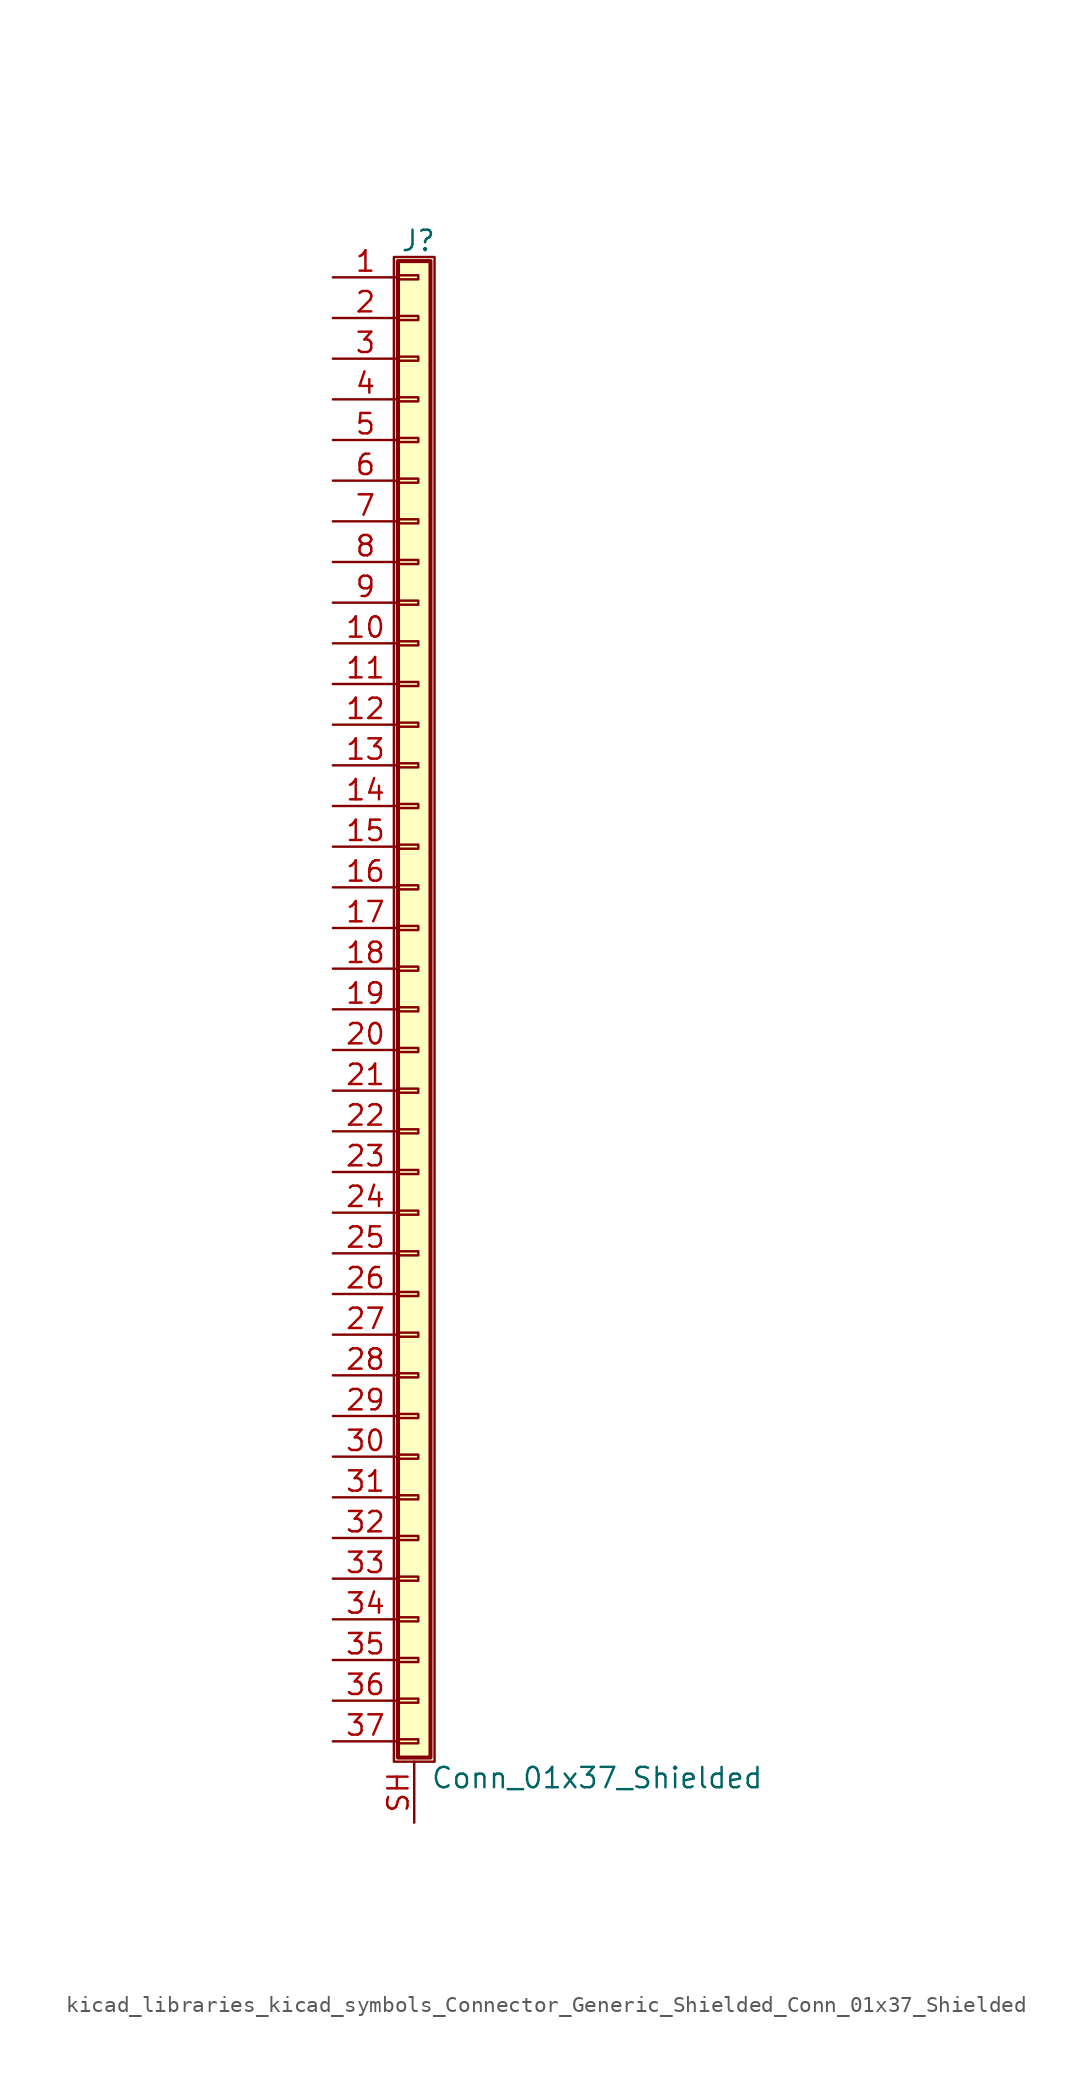
<source format=kicad_sym>
(kicad_symbol_lib
  (version 20220914)
  (generator kicad_symbol_editor)
  (symbol "kicad_libraries_kicad_symbols_Connector_Generic_Shielded_Conn_01x37_Shielded"
    (pin_names
      (offset 1.016) hide)
    (property "Reference" "J"
      (at 0.254 48.006 0)
      (effects (font (size 1.27 1.27))))
    (property "Value" "Conn_01x37_Shielded"
      (at 1.016 -48.006 0)
      (effects (font (size 1.27 1.27)) (justify left)))
    (symbol "kicad_libraries_kicad_symbols_Connector_Generic_Shielded_Conn_01x37_Shielded_1_1"
      (rectangle (start -1.27 46.99) (end 1.27 -46.99) (stroke (width 0.152) (type default)) (fill (type none)))
      (rectangle (start -1.016 -45.593) (end 0.254 -45.847) (stroke (width 0.152) (type default)) (fill (type none)))
      (rectangle (start -1.016 -43.053) (end 0.254 -43.307) (stroke (width 0.152) (type default)) (fill (type none)))
      (rectangle (start -1.016 -40.513) (end 0.254 -40.767) (stroke (width 0.152) (type default)) (fill (type none)))
      (rectangle (start -1.016 -37.973) (end 0.254 -38.227) (stroke (width 0.152) (type default)) (fill (type none)))
      (rectangle (start -1.016 -35.433) (end 0.254 -35.687) (stroke (width 0.152) (type default)) (fill (type none)))
      (rectangle (start -1.016 -32.893) (end 0.254 -33.147) (stroke (width 0.152) (type default)) (fill (type none)))
      (rectangle (start -1.016 -30.353) (end 0.254 -30.607) (stroke (width 0.152) (type default)) (fill (type none)))
      (rectangle (start -1.016 -27.813) (end 0.254 -28.067) (stroke (width 0.152) (type default)) (fill (type none)))
      (rectangle (start -1.016 -25.273) (end 0.254 -25.527) (stroke (width 0.152) (type default)) (fill (type none)))
      (rectangle (start -1.016 -22.733) (end 0.254 -22.987) (stroke (width 0.152) (type default)) (fill (type none)))
      (rectangle (start -1.016 -20.193) (end 0.254 -20.447) (stroke (width 0.152) (type default)) (fill (type none)))
      (rectangle (start -1.016 -17.653) (end 0.254 -17.907) (stroke (width 0.152) (type default)) (fill (type none)))
      (rectangle (start -1.016 -15.113) (end 0.254 -15.367) (stroke (width 0.152) (type default)) (fill (type none)))
      (rectangle (start -1.016 -12.573) (end 0.254 -12.827) (stroke (width 0.152) (type default)) (fill (type none)))
      (rectangle (start -1.016 -10.033) (end 0.254 -10.287) (stroke (width 0.152) (type default)) (fill (type none)))
      (rectangle (start -1.016 -7.493) (end 0.254 -7.747) (stroke (width 0.152) (type default)) (fill (type none)))
      (rectangle (start -1.016 -4.953) (end 0.254 -5.207) (stroke (width 0.152) (type default)) (fill (type none)))
      (rectangle (start -1.016 -2.413) (end 0.254 -2.667) (stroke (width 0.152) (type default)) (fill (type none)))
      (rectangle (start -1.016 0.127) (end 0.254 -0.127) (stroke (width 0.152) (type default)) (fill (type none)))
      (rectangle (start -1.016 2.667) (end 0.254 2.413) (stroke (width 0.152) (type default)) (fill (type none)))
      (rectangle (start -1.016 5.207) (end 0.254 4.953) (stroke (width 0.152) (type default)) (fill (type none)))
      (rectangle (start -1.016 7.747) (end 0.254 7.493) (stroke (width 0.152) (type default)) (fill (type none)))
      (rectangle (start -1.016 10.287) (end 0.254 10.033) (stroke (width 0.152) (type default)) (fill (type none)))
      (rectangle (start -1.016 12.827) (end 0.254 12.573) (stroke (width 0.152) (type default)) (fill (type none)))
      (rectangle (start -1.016 15.367) (end 0.254 15.113) (stroke (width 0.152) (type default)) (fill (type none)))
      (rectangle (start -1.016 17.907) (end 0.254 17.653) (stroke (width 0.152) (type default)) (fill (type none)))
      (rectangle (start -1.016 20.447) (end 0.254 20.193) (stroke (width 0.152) (type default)) (fill (type none)))
      (rectangle (start -1.016 22.987) (end 0.254 22.733) (stroke (width 0.152) (type default)) (fill (type none)))
      (rectangle (start -1.016 25.527) (end 0.254 25.273) (stroke (width 0.152) (type default)) (fill (type none)))
      (rectangle (start -1.016 28.067) (end 0.254 27.813) (stroke (width 0.152) (type default)) (fill (type none)))
      (rectangle (start -1.016 30.607) (end 0.254 30.353) (stroke (width 0.152) (type default)) (fill (type none)))
      (rectangle (start -1.016 33.147) (end 0.254 32.893) (stroke (width 0.152) (type default)) (fill (type none)))
      (rectangle (start -1.016 35.687) (end 0.254 35.433) (stroke (width 0.152) (type default)) (fill (type none)))
      (rectangle (start -1.016 38.227) (end 0.254 37.973) (stroke (width 0.152) (type default)) (fill (type none)))
      (rectangle (start -1.016 40.767) (end 0.254 40.513) (stroke (width 0.152) (type default)) (fill (type none)))
      (rectangle (start -1.016 43.307) (end 0.254 43.053) (stroke (width 0.152) (type default)) (fill (type none)))
      (rectangle (start -1.016 45.847) (end 0.254 45.593) (stroke (width 0.152) (type default)) (fill (type none)))
      (rectangle (start -1.016 46.736) (end 1.016 -46.736) (stroke (width 0.254) (type default)) (fill (type background)))
      (pin passive line (at -5.08 45.72 0) (length 4.064) (name "Pin_1" (effects (font (size 1.27 1.27)))) (number "1" (effects (font (size 1.27 1.27)))))
      (pin passive line (at -5.08 22.86 0) (length 4.064) (name "Pin_10" (effects (font (size 1.27 1.27)))) (number "10" (effects (font (size 1.27 1.27)))))
      (pin passive line (at -5.08 20.32 0) (length 4.064) (name "Pin_11" (effects (font (size 1.27 1.27)))) (number "11" (effects (font (size 1.27 1.27)))))
      (pin passive line (at -5.08 17.78 0) (length 4.064) (name "Pin_12" (effects (font (size 1.27 1.27)))) (number "12" (effects (font (size 1.27 1.27)))))
      (pin passive line (at -5.08 15.24 0) (length 4.064) (name "Pin_13" (effects (font (size 1.27 1.27)))) (number "13" (effects (font (size 1.27 1.27)))))
      (pin passive line (at -5.08 12.7 0) (length 4.064) (name "Pin_14" (effects (font (size 1.27 1.27)))) (number "14" (effects (font (size 1.27 1.27)))))
      (pin passive line (at -5.08 10.16 0) (length 4.064) (name "Pin_15" (effects (font (size 1.27 1.27)))) (number "15" (effects (font (size 1.27 1.27)))))
      (pin passive line (at -5.08 7.62 0) (length 4.064) (name "Pin_16" (effects (font (size 1.27 1.27)))) (number "16" (effects (font (size 1.27 1.27)))))
      (pin passive line (at -5.08 5.08 0) (length 4.064) (name "Pin_17" (effects (font (size 1.27 1.27)))) (number "17" (effects (font (size 1.27 1.27)))))
      (pin passive line (at -5.08 2.54 0) (length 4.064) (name "Pin_18" (effects (font (size 1.27 1.27)))) (number "18" (effects (font (size 1.27 1.27)))))
      (pin passive line (at -5.08 0 0) (length 4.064) (name "Pin_19" (effects (font (size 1.27 1.27)))) (number "19" (effects (font (size 1.27 1.27)))))
      (pin passive line (at -5.08 43.18 0) (length 4.064) (name "Pin_2" (effects (font (size 1.27 1.27)))) (number "2" (effects (font (size 1.27 1.27)))))
      (pin passive line (at -5.08 -2.54 0) (length 4.064) (name "Pin_20" (effects (font (size 1.27 1.27)))) (number "20" (effects (font (size 1.27 1.27)))))
      (pin passive line (at -5.08 -5.08 0) (length 4.064) (name "Pin_21" (effects (font (size 1.27 1.27)))) (number "21" (effects (font (size 1.27 1.27)))))
      (pin passive line (at -5.08 -7.62 0) (length 4.064) (name "Pin_22" (effects (font (size 1.27 1.27)))) (number "22" (effects (font (size 1.27 1.27)))))
      (pin passive line (at -5.08 -10.16 0) (length 4.064) (name "Pin_23" (effects (font (size 1.27 1.27)))) (number "23" (effects (font (size 1.27 1.27)))))
      (pin passive line (at -5.08 -12.7 0) (length 4.064) (name "Pin_24" (effects (font (size 1.27 1.27)))) (number "24" (effects (font (size 1.27 1.27)))))
      (pin passive line (at -5.08 -15.24 0) (length 4.064) (name "Pin_25" (effects (font (size 1.27 1.27)))) (number "25" (effects (font (size 1.27 1.27)))))
      (pin passive line (at -5.08 -17.78 0) (length 4.064) (name "Pin_26" (effects (font (size 1.27 1.27)))) (number "26" (effects (font (size 1.27 1.27)))))
      (pin passive line (at -5.08 -20.32 0) (length 4.064) (name "Pin_27" (effects (font (size 1.27 1.27)))) (number "27" (effects (font (size 1.27 1.27)))))
      (pin passive line (at -5.08 -22.86 0) (length 4.064) (name "Pin_28" (effects (font (size 1.27 1.27)))) (number "28" (effects (font (size 1.27 1.27)))))
      (pin passive line (at -5.08 -25.4 0) (length 4.064) (name "Pin_29" (effects (font (size 1.27 1.27)))) (number "29" (effects (font (size 1.27 1.27)))))
      (pin passive line (at -5.08 40.64 0) (length 4.064) (name "Pin_3" (effects (font (size 1.27 1.27)))) (number "3" (effects (font (size 1.27 1.27)))))
      (pin passive line (at -5.08 -27.94 0) (length 4.064) (name "Pin_30" (effects (font (size 1.27 1.27)))) (number "30" (effects (font (size 1.27 1.27)))))
      (pin passive line (at -5.08 -30.48 0) (length 4.064) (name "Pin_31" (effects (font (size 1.27 1.27)))) (number "31" (effects (font (size 1.27 1.27)))))
      (pin passive line (at -5.08 -33.02 0) (length 4.064) (name "Pin_32" (effects (font (size 1.27 1.27)))) (number "32" (effects (font (size 1.27 1.27)))))
      (pin passive line (at -5.08 -35.56 0) (length 4.064) (name "Pin_33" (effects (font (size 1.27 1.27)))) (number "33" (effects (font (size 1.27 1.27)))))
      (pin passive line (at -5.08 -38.1 0) (length 4.064) (name "Pin_34" (effects (font (size 1.27 1.27)))) (number "34" (effects (font (size 1.27 1.27)))))
      (pin passive line (at -5.08 -40.64 0) (length 4.064) (name "Pin_35" (effects (font (size 1.27 1.27)))) (number "35" (effects (font (size 1.27 1.27)))))
      (pin passive line (at -5.08 -43.18 0) (length 4.064) (name "Pin_36" (effects (font (size 1.27 1.27)))) (number "36" (effects (font (size 1.27 1.27)))))
      (pin passive line (at -5.08 -45.72 0) (length 4.064) (name "Pin_37" (effects (font (size 1.27 1.27)))) (number "37" (effects (font (size 1.27 1.27)))))
      (pin passive line (at -5.08 38.1 0) (length 4.064) (name "Pin_4" (effects (font (size 1.27 1.27)))) (number "4" (effects (font (size 1.27 1.27)))))
      (pin passive line (at -5.08 35.56 0) (length 4.064) (name "Pin_5" (effects (font (size 1.27 1.27)))) (number "5" (effects (font (size 1.27 1.27)))))
      (pin passive line (at -5.08 33.02 0) (length 4.064) (name "Pin_6" (effects (font (size 1.27 1.27)))) (number "6" (effects (font (size 1.27 1.27)))))
      (pin passive line (at -5.08 30.48 0) (length 4.064) (name "Pin_7" (effects (font (size 1.27 1.27)))) (number "7" (effects (font (size 1.27 1.27)))))
      (pin passive line (at -5.08 27.94 0) (length 4.064) (name "Pin_8" (effects (font (size 1.27 1.27)))) (number "8" (effects (font (size 1.27 1.27)))))
      (pin passive line (at -5.08 25.4 0) (length 4.064) (name "Pin_9" (effects (font (size 1.27 1.27)))) (number "9" (effects (font (size 1.27 1.27)))))
      (pin passive line (at 0 -50.8 90) (length 3.81) (name "Shield" (effects (font (size 1.27 1.27)))) (number "SH" (effects (font (size 1.27 1.27))))))))
</source>
